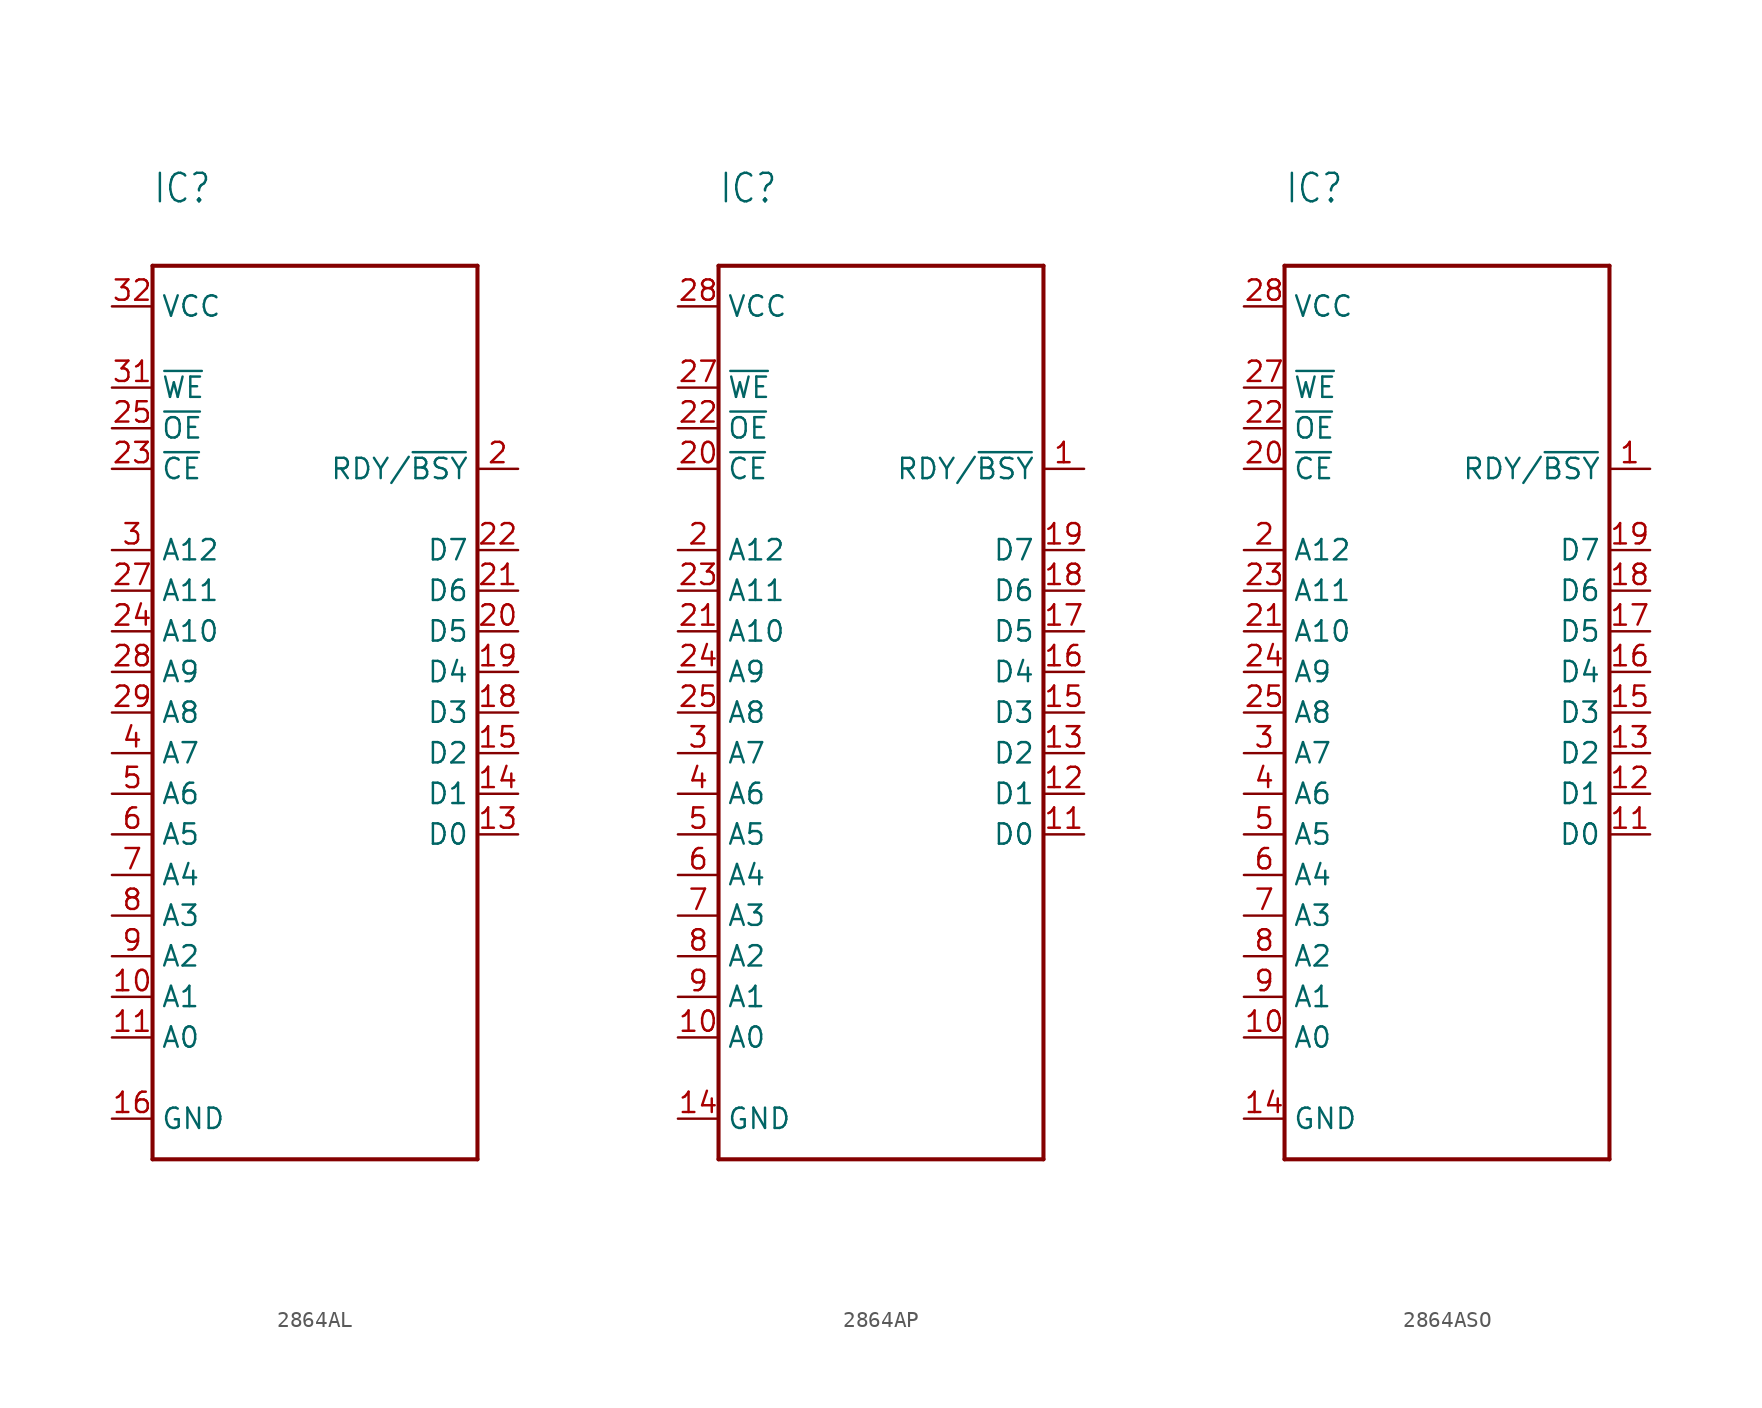
<source format=kicad_sym>
(kicad_symbol_lib
  (version 20220914)
  (generator kicad_symbol_editor)
  (symbol "2864AL"
    (property "Reference" "IC"
      (at -10.16 29.21 0)
      (effects (font (size 1.778 1.511)) (justify left bottom)))
    (property "Value" ""
      (at -10.16 -33.02 0)
      (effects (font (size 1.778 1.511)) (justify left bottom)))
    (property "ki_locked" ""
      (at 0 0 0)
      (effects (font (size 1.27 1.27))))
    (symbol "2864AL_1_0"
      (polyline (pts (xy -10.16 -30.48) (xy -10.16 25.4)) (stroke (width 0.254) (type solid)) (fill (type none)))
      (polyline (pts (xy -10.16 25.4) (xy 10.16 25.4)) (stroke (width 0.254) (type solid)) (fill (type none)))
      (polyline (pts (xy 10.16 -30.48) (xy -10.16 -30.48)) (stroke (width 0.254) (type solid)) (fill (type none)))
      (polyline (pts (xy 10.16 25.4) (xy 10.16 -30.48)) (stroke (width 0.254) (type solid)) (fill (type none)))
      (pin input line (at -12.7 -20.32 0) (length 2.54) (name "A1" (effects (font (size 1.27 1.27)))) (number "10" (effects (font (size 1.27 1.27)))))
      (pin input line (at -12.7 -22.86 0) (length 2.54) (name "A0" (effects (font (size 1.27 1.27)))) (number "11" (effects (font (size 1.27 1.27)))))
      (pin tri_state line (at 12.7 -10.16 180) (length 2.54) (name "D0" (effects (font (size 1.27 1.27)))) (number "13" (effects (font (size 1.27 1.27)))))
      (pin tri_state line (at 12.7 -7.62 180) (length 2.54) (name "D1" (effects (font (size 1.27 1.27)))) (number "14" (effects (font (size 1.27 1.27)))))
      (pin tri_state line (at 12.7 -5.08 180) (length 2.54) (name "D2" (effects (font (size 1.27 1.27)))) (number "15" (effects (font (size 1.27 1.27)))))
      (pin power_in line (at -12.7 -27.94 0) (length 2.54) (name "GND" (effects (font (size 1.27 1.27)))) (number "16" (effects (font (size 1.27 1.27)))))
      (pin tri_state line (at 12.7 -2.54 180) (length 2.54) (name "D3" (effects (font (size 1.27 1.27)))) (number "18" (effects (font (size 1.27 1.27)))))
      (pin tri_state line (at 12.7 0 180) (length 2.54) (name "D4" (effects (font (size 1.27 1.27)))) (number "19" (effects (font (size 1.27 1.27)))))
      (pin output line (at 12.7 12.7 180) (length 2.54) (name "RDY/~{BSY}" (effects (font (size 1.27 1.27)))) (number "2" (effects (font (size 1.27 1.27)))))
      (pin tri_state line (at 12.7 2.54 180) (length 2.54) (name "D5" (effects (font (size 1.27 1.27)))) (number "20" (effects (font (size 1.27 1.27)))))
      (pin tri_state line (at 12.7 5.08 180) (length 2.54) (name "D6" (effects (font (size 1.27 1.27)))) (number "21" (effects (font (size 1.27 1.27)))))
      (pin tri_state line (at 12.7 7.62 180) (length 2.54) (name "D7" (effects (font (size 1.27 1.27)))) (number "22" (effects (font (size 1.27 1.27)))))
      (pin input line (at -12.7 12.7 0) (length 2.54) (name "~{CE}" (effects (font (size 1.27 1.27)))) (number "23" (effects (font (size 1.27 1.27)))))
      (pin input line (at -12.7 2.54 0) (length 2.54) (name "A10" (effects (font (size 1.27 1.27)))) (number "24" (effects (font (size 1.27 1.27)))))
      (pin input line (at -12.7 15.24 0) (length 2.54) (name "~{OE}" (effects (font (size 1.27 1.27)))) (number "25" (effects (font (size 1.27 1.27)))))
      (pin input line (at -12.7 5.08 0) (length 2.54) (name "A11" (effects (font (size 1.27 1.27)))) (number "27" (effects (font (size 1.27 1.27)))))
      (pin input line (at -12.7 0 0) (length 2.54) (name "A9" (effects (font (size 1.27 1.27)))) (number "28" (effects (font (size 1.27 1.27)))))
      (pin input line (at -12.7 -2.54 0) (length 2.54) (name "A8" (effects (font (size 1.27 1.27)))) (number "29" (effects (font (size 1.27 1.27)))))
      (pin input line (at -12.7 7.62 0) (length 2.54) (name "A12" (effects (font (size 1.27 1.27)))) (number "3" (effects (font (size 1.27 1.27)))))
      (pin input line (at -12.7 17.78 0) (length 2.54) (name "~{WE}" (effects (font (size 1.27 1.27)))) (number "31" (effects (font (size 1.27 1.27)))))
      (pin power_in line (at -12.7 22.86 0) (length 2.54) (name "VCC" (effects (font (size 1.27 1.27)))) (number "32" (effects (font (size 1.27 1.27)))))
      (pin input line (at -12.7 -5.08 0) (length 2.54) (name "A7" (effects (font (size 1.27 1.27)))) (number "4" (effects (font (size 1.27 1.27)))))
      (pin input line (at -12.7 -7.62 0) (length 2.54) (name "A6" (effects (font (size 1.27 1.27)))) (number "5" (effects (font (size 1.27 1.27)))))
      (pin input line (at -12.7 -10.16 0) (length 2.54) (name "A5" (effects (font (size 1.27 1.27)))) (number "6" (effects (font (size 1.27 1.27)))))
      (pin input line (at -12.7 -12.7 0) (length 2.54) (name "A4" (effects (font (size 1.27 1.27)))) (number "7" (effects (font (size 1.27 1.27)))))
      (pin input line (at -12.7 -15.24 0) (length 2.54) (name "A3" (effects (font (size 1.27 1.27)))) (number "8" (effects (font (size 1.27 1.27)))))
      (pin input line (at -12.7 -17.78 0) (length 2.54) (name "A2" (effects (font (size 1.27 1.27)))) (number "9" (effects (font (size 1.27 1.27)))))))
  (symbol "2864AP"
    (property "Reference" "IC"
      (at -10.16 29.21 0)
      (effects (font (size 1.778 1.511)) (justify left bottom)))
    (property "Value" ""
      (at -10.16 -33.02 0)
      (effects (font (size 1.778 1.511)) (justify left bottom)))
    (property "ki_locked" ""
      (at 0 0 0)
      (effects (font (size 1.27 1.27))))
    (symbol "2864AP_1_0"
      (polyline (pts (xy -10.16 -30.48) (xy -10.16 25.4)) (stroke (width 0.254) (type solid)) (fill (type none)))
      (polyline (pts (xy -10.16 25.4) (xy 10.16 25.4)) (stroke (width 0.254) (type solid)) (fill (type none)))
      (polyline (pts (xy 10.16 -30.48) (xy -10.16 -30.48)) (stroke (width 0.254) (type solid)) (fill (type none)))
      (polyline (pts (xy 10.16 25.4) (xy 10.16 -30.48)) (stroke (width 0.254) (type solid)) (fill (type none)))
      (pin output line (at 12.7 12.7 180) (length 2.54) (name "RDY/~{BSY}" (effects (font (size 1.27 1.27)))) (number "1" (effects (font (size 1.27 1.27)))))
      (pin input line (at -12.7 -22.86 0) (length 2.54) (name "A0" (effects (font (size 1.27 1.27)))) (number "10" (effects (font (size 1.27 1.27)))))
      (pin tri_state line (at 12.7 -10.16 180) (length 2.54) (name "D0" (effects (font (size 1.27 1.27)))) (number "11" (effects (font (size 1.27 1.27)))))
      (pin tri_state line (at 12.7 -7.62 180) (length 2.54) (name "D1" (effects (font (size 1.27 1.27)))) (number "12" (effects (font (size 1.27 1.27)))))
      (pin tri_state line (at 12.7 -5.08 180) (length 2.54) (name "D2" (effects (font (size 1.27 1.27)))) (number "13" (effects (font (size 1.27 1.27)))))
      (pin power_in line (at -12.7 -27.94 0) (length 2.54) (name "GND" (effects (font (size 1.27 1.27)))) (number "14" (effects (font (size 1.27 1.27)))))
      (pin tri_state line (at 12.7 -2.54 180) (length 2.54) (name "D3" (effects (font (size 1.27 1.27)))) (number "15" (effects (font (size 1.27 1.27)))))
      (pin tri_state line (at 12.7 0 180) (length 2.54) (name "D4" (effects (font (size 1.27 1.27)))) (number "16" (effects (font (size 1.27 1.27)))))
      (pin tri_state line (at 12.7 2.54 180) (length 2.54) (name "D5" (effects (font (size 1.27 1.27)))) (number "17" (effects (font (size 1.27 1.27)))))
      (pin tri_state line (at 12.7 5.08 180) (length 2.54) (name "D6" (effects (font (size 1.27 1.27)))) (number "18" (effects (font (size 1.27 1.27)))))
      (pin tri_state line (at 12.7 7.62 180) (length 2.54) (name "D7" (effects (font (size 1.27 1.27)))) (number "19" (effects (font (size 1.27 1.27)))))
      (pin input line (at -12.7 7.62 0) (length 2.54) (name "A12" (effects (font (size 1.27 1.27)))) (number "2" (effects (font (size 1.27 1.27)))))
      (pin input line (at -12.7 12.7 0) (length 2.54) (name "~{CE}" (effects (font (size 1.27 1.27)))) (number "20" (effects (font (size 1.27 1.27)))))
      (pin input line (at -12.7 2.54 0) (length 2.54) (name "A10" (effects (font (size 1.27 1.27)))) (number "21" (effects (font (size 1.27 1.27)))))
      (pin input line (at -12.7 15.24 0) (length 2.54) (name "~{OE}" (effects (font (size 1.27 1.27)))) (number "22" (effects (font (size 1.27 1.27)))))
      (pin input line (at -12.7 5.08 0) (length 2.54) (name "A11" (effects (font (size 1.27 1.27)))) (number "23" (effects (font (size 1.27 1.27)))))
      (pin input line (at -12.7 0 0) (length 2.54) (name "A9" (effects (font (size 1.27 1.27)))) (number "24" (effects (font (size 1.27 1.27)))))
      (pin input line (at -12.7 -2.54 0) (length 2.54) (name "A8" (effects (font (size 1.27 1.27)))) (number "25" (effects (font (size 1.27 1.27)))))
      (pin input line (at -12.7 17.78 0) (length 2.54) (name "~{WE}" (effects (font (size 1.27 1.27)))) (number "27" (effects (font (size 1.27 1.27)))))
      (pin power_in line (at -12.7 22.86 0) (length 2.54) (name "VCC" (effects (font (size 1.27 1.27)))) (number "28" (effects (font (size 1.27 1.27)))))
      (pin input line (at -12.7 -5.08 0) (length 2.54) (name "A7" (effects (font (size 1.27 1.27)))) (number "3" (effects (font (size 1.27 1.27)))))
      (pin input line (at -12.7 -7.62 0) (length 2.54) (name "A6" (effects (font (size 1.27 1.27)))) (number "4" (effects (font (size 1.27 1.27)))))
      (pin input line (at -12.7 -10.16 0) (length 2.54) (name "A5" (effects (font (size 1.27 1.27)))) (number "5" (effects (font (size 1.27 1.27)))))
      (pin input line (at -12.7 -12.7 0) (length 2.54) (name "A4" (effects (font (size 1.27 1.27)))) (number "6" (effects (font (size 1.27 1.27)))))
      (pin input line (at -12.7 -15.24 0) (length 2.54) (name "A3" (effects (font (size 1.27 1.27)))) (number "7" (effects (font (size 1.27 1.27)))))
      (pin input line (at -12.7 -17.78 0) (length 2.54) (name "A2" (effects (font (size 1.27 1.27)))) (number "8" (effects (font (size 1.27 1.27)))))
      (pin input line (at -12.7 -20.32 0) (length 2.54) (name "A1" (effects (font (size 1.27 1.27)))) (number "9" (effects (font (size 1.27 1.27)))))))
  (symbol "2864ASO"
    (property "Reference" "IC"
      (at -10.16 29.21 0)
      (effects (font (size 1.778 1.511)) (justify left bottom)))
    (property "Value" ""
      (at -10.16 -33.02 0)
      (effects (font (size 1.778 1.511)) (justify left bottom)))
    (property "ki_locked" ""
      (at 0 0 0)
      (effects (font (size 1.27 1.27))))
    (symbol "2864ASO_1_0"
      (polyline (pts (xy -10.16 -30.48) (xy -10.16 25.4)) (stroke (width 0.254) (type solid)) (fill (type none)))
      (polyline (pts (xy -10.16 25.4) (xy 10.16 25.4)) (stroke (width 0.254) (type solid)) (fill (type none)))
      (polyline (pts (xy 10.16 -30.48) (xy -10.16 -30.48)) (stroke (width 0.254) (type solid)) (fill (type none)))
      (polyline (pts (xy 10.16 25.4) (xy 10.16 -30.48)) (stroke (width 0.254) (type solid)) (fill (type none)))
      (pin output line (at 12.7 12.7 180) (length 2.54) (name "RDY/~{BSY}" (effects (font (size 1.27 1.27)))) (number "1" (effects (font (size 1.27 1.27)))))
      (pin input line (at -12.7 -22.86 0) (length 2.54) (name "A0" (effects (font (size 1.27 1.27)))) (number "10" (effects (font (size 1.27 1.27)))))
      (pin tri_state line (at 12.7 -10.16 180) (length 2.54) (name "D0" (effects (font (size 1.27 1.27)))) (number "11" (effects (font (size 1.27 1.27)))))
      (pin tri_state line (at 12.7 -7.62 180) (length 2.54) (name "D1" (effects (font (size 1.27 1.27)))) (number "12" (effects (font (size 1.27 1.27)))))
      (pin tri_state line (at 12.7 -5.08 180) (length 2.54) (name "D2" (effects (font (size 1.27 1.27)))) (number "13" (effects (font (size 1.27 1.27)))))
      (pin power_in line (at -12.7 -27.94 0) (length 2.54) (name "GND" (effects (font (size 1.27 1.27)))) (number "14" (effects (font (size 1.27 1.27)))))
      (pin tri_state line (at 12.7 -2.54 180) (length 2.54) (name "D3" (effects (font (size 1.27 1.27)))) (number "15" (effects (font (size 1.27 1.27)))))
      (pin tri_state line (at 12.7 0 180) (length 2.54) (name "D4" (effects (font (size 1.27 1.27)))) (number "16" (effects (font (size 1.27 1.27)))))
      (pin tri_state line (at 12.7 2.54 180) (length 2.54) (name "D5" (effects (font (size 1.27 1.27)))) (number "17" (effects (font (size 1.27 1.27)))))
      (pin tri_state line (at 12.7 5.08 180) (length 2.54) (name "D6" (effects (font (size 1.27 1.27)))) (number "18" (effects (font (size 1.27 1.27)))))
      (pin tri_state line (at 12.7 7.62 180) (length 2.54) (name "D7" (effects (font (size 1.27 1.27)))) (number "19" (effects (font (size 1.27 1.27)))))
      (pin input line (at -12.7 7.62 0) (length 2.54) (name "A12" (effects (font (size 1.27 1.27)))) (number "2" (effects (font (size 1.27 1.27)))))
      (pin input line (at -12.7 12.7 0) (length 2.54) (name "~{CE}" (effects (font (size 1.27 1.27)))) (number "20" (effects (font (size 1.27 1.27)))))
      (pin input line (at -12.7 2.54 0) (length 2.54) (name "A10" (effects (font (size 1.27 1.27)))) (number "21" (effects (font (size 1.27 1.27)))))
      (pin input line (at -12.7 15.24 0) (length 2.54) (name "~{OE}" (effects (font (size 1.27 1.27)))) (number "22" (effects (font (size 1.27 1.27)))))
      (pin input line (at -12.7 5.08 0) (length 2.54) (name "A11" (effects (font (size 1.27 1.27)))) (number "23" (effects (font (size 1.27 1.27)))))
      (pin input line (at -12.7 0 0) (length 2.54) (name "A9" (effects (font (size 1.27 1.27)))) (number "24" (effects (font (size 1.27 1.27)))))
      (pin input line (at -12.7 -2.54 0) (length 2.54) (name "A8" (effects (font (size 1.27 1.27)))) (number "25" (effects (font (size 1.27 1.27)))))
      (pin input line (at -12.7 17.78 0) (length 2.54) (name "~{WE}" (effects (font (size 1.27 1.27)))) (number "27" (effects (font (size 1.27 1.27)))))
      (pin power_in line (at -12.7 22.86 0) (length 2.54) (name "VCC" (effects (font (size 1.27 1.27)))) (number "28" (effects (font (size 1.27 1.27)))))
      (pin input line (at -12.7 -5.08 0) (length 2.54) (name "A7" (effects (font (size 1.27 1.27)))) (number "3" (effects (font (size 1.27 1.27)))))
      (pin input line (at -12.7 -7.62 0) (length 2.54) (name "A6" (effects (font (size 1.27 1.27)))) (number "4" (effects (font (size 1.27 1.27)))))
      (pin input line (at -12.7 -10.16 0) (length 2.54) (name "A5" (effects (font (size 1.27 1.27)))) (number "5" (effects (font (size 1.27 1.27)))))
      (pin input line (at -12.7 -12.7 0) (length 2.54) (name "A4" (effects (font (size 1.27 1.27)))) (number "6" (effects (font (size 1.27 1.27)))))
      (pin input line (at -12.7 -15.24 0) (length 2.54) (name "A3" (effects (font (size 1.27 1.27)))) (number "7" (effects (font (size 1.27 1.27)))))
      (pin input line (at -12.7 -17.78 0) (length 2.54) (name "A2" (effects (font (size 1.27 1.27)))) (number "8" (effects (font (size 1.27 1.27)))))
      (pin input line (at -12.7 -20.32 0) (length 2.54) (name "A1" (effects (font (size 1.27 1.27)))) (number "9" (effects (font (size 1.27 1.27))))))))
</source>
